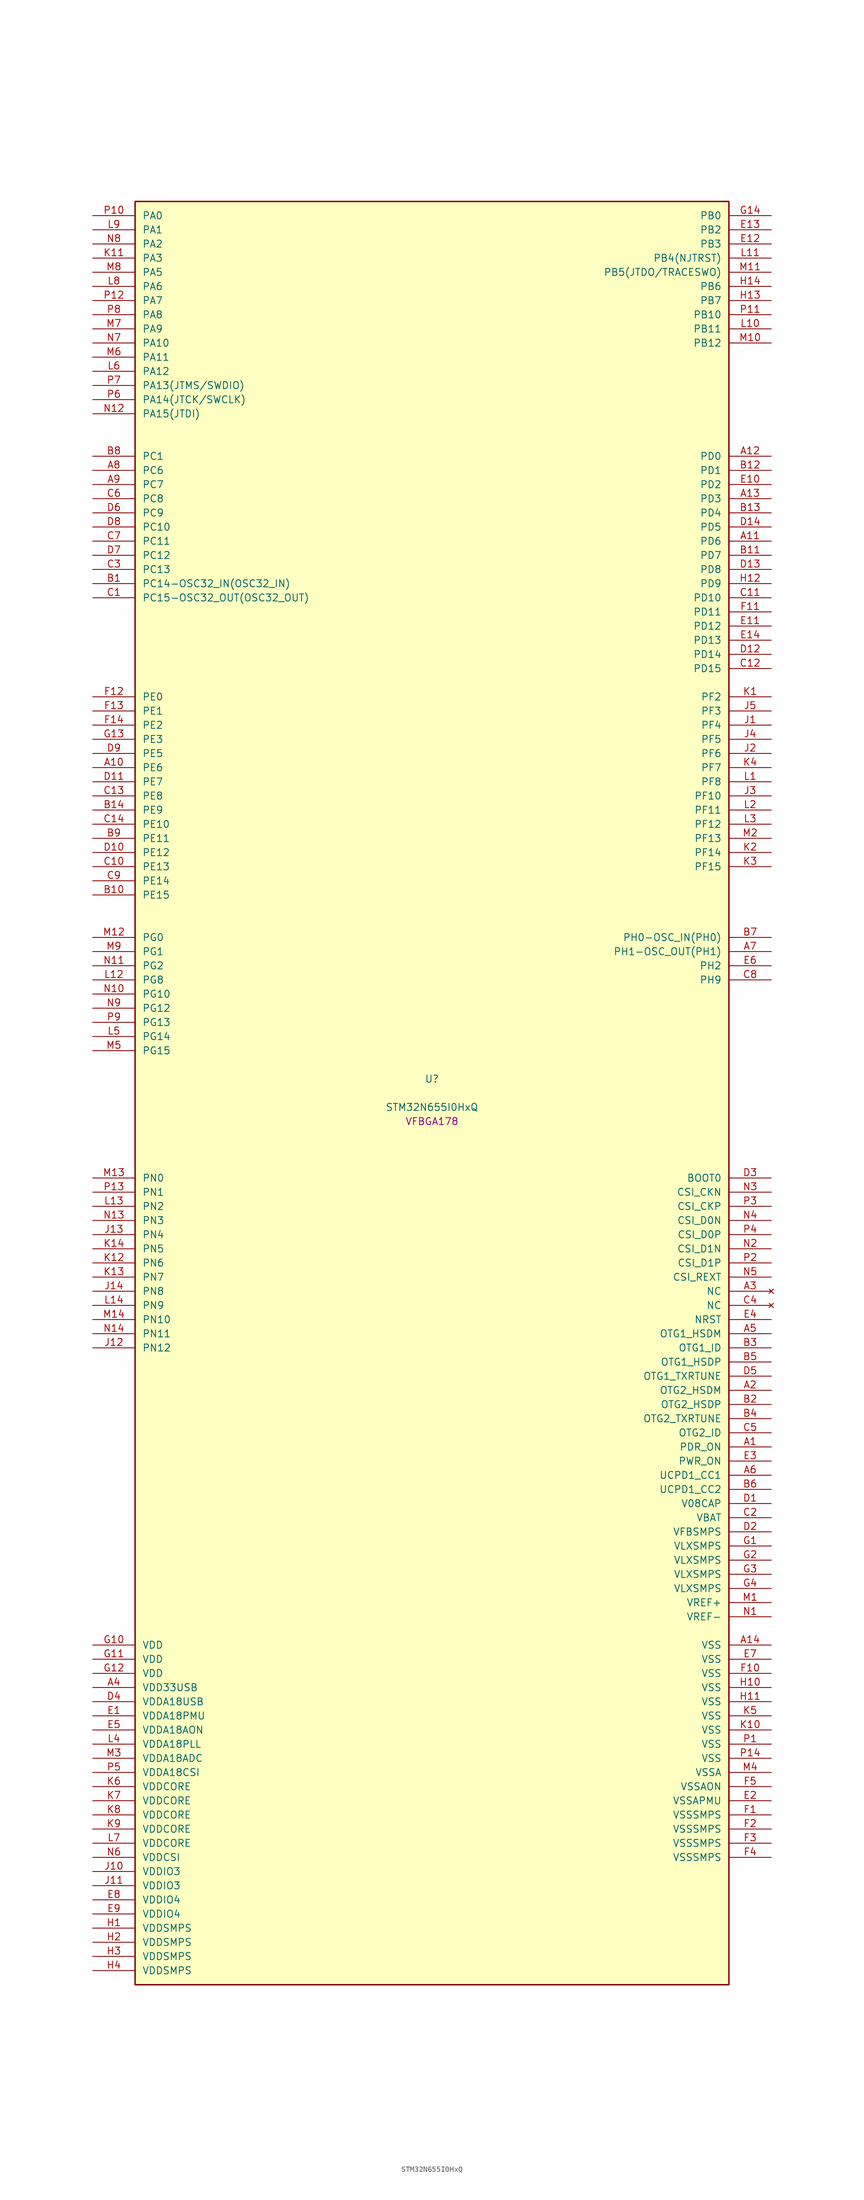
<source format=kicad_sym>
(kicad_symbol_lib
  (version 20241209)
  (generator "stm32_pkl_generator")
  (generator_version "1.0")
  (symbol "STM32N655I0HxQ"
    (pin_names
      (offset 1.27))
    (property "Reference" "U"
      (at 0 2.54 0))
    (property "Value" "STM32N655I0HxQ"
      (at 0 -2.54 0))
    (property "Footprint" "VFBGA178"
      (at 0 -5.08 0))
    (symbol "STM32N655I0HxQ_1_1"
      (rectangle (start -53.34 160.02) (end 53.34 -160.02) (stroke (width 0.254) (type solid)) (fill (type background)))
      (pin bidirectional line (at -60.96 157.48 0) (length 7.62) (name "PA0") (number "P10") (alternate "PA0/ADC1_INN1" bidirectional line) (alternate "PA0/ADC1_INP0" bidirectional line) (alternate "PA0/ADC2_INN1" bidirectional line) (alternate "PA0/ADC2_INP0" bidirectional line) (alternate "PA0/FMC_D7" bidirectional line) (alternate "PA0/FMC_DA7" bidirectional line) (alternate "PA0/HDP_HDP0" bidirectional line) (alternate "PA0/I2S6_WS" bidirectional line) (alternate "PA0/LTDC_G3" bidirectional line) (alternate "PA0/PWR_WKUP1" bidirectional line) (alternate "PA0/SAI2_SD_B" bidirectional line) (alternate "PA0/SPI6_NSS" bidirectional line) (alternate "PA0/TIM15_BKIN" bidirectional line) (alternate "PA0/TIM2_CH1" bidirectional line) (alternate "PA0/TIM5_CH1" bidirectional line) (alternate "PA0/TIM9_CH1" bidirectional line) (alternate "PA0/UART4_TX" bidirectional line) (alternate "PA0/USART2_CTS" bidirectional line) (alternate "PA0/USART2_NSS" bidirectional line))
      (pin bidirectional line (at -60.96 154.94 0) (length 7.62) (name "PA1") (number "L9") (alternate "PA1/ADC1_INP1" bidirectional line) (alternate "PA1/ADC2_INP1" bidirectional line) (alternate "PA1/DCMIPP_D0" bidirectional line) (alternate "PA1/DCMI_D0" bidirectional line) (alternate "PA1/FMC_D6" bidirectional line) (alternate "PA1/FMC_DA6" bidirectional line) (alternate "PA1/HDP_HDP1" bidirectional line) (alternate "PA1/LPTIM3_IN1" bidirectional line) (alternate "PA1/LTDC_G2" bidirectional line) (alternate "PA1/PSSI_D0" bidirectional line) (alternate "PA1/SAI2_MCLK_B" bidirectional line) (alternate "PA1/TIM15_CH1N" bidirectional line) (alternate "PA1/TIM2_CH2" bidirectional line) (alternate "PA1/TIM5_CH2" bidirectional line) (alternate "PA1/UART4_RX" bidirectional line) (alternate "PA1/USART2_RTS" bidirectional line))
      (pin bidirectional line (at -60.96 152.4 0) (length 7.62) (name "PA2") (number "N8") (alternate "PA2/ADC1_INP14" bidirectional line) (alternate "PA2/ADC2_INP14" bidirectional line) (alternate "PA2/FMC_D5" bidirectional line) (alternate "PA2/FMC_DA5" bidirectional line) (alternate "PA2/HDP_HDP2" bidirectional line) (alternate "PA2/LPTIM3_IN2" bidirectional line) (alternate "PA2/LTDC_B7" bidirectional line) (alternate "PA2/MDIOS_MDIO" bidirectional line) (alternate "PA2/PWR_WKUP2" bidirectional line) (alternate "PA2/SAI2_SCK_B" bidirectional line) (alternate "PA2/TIM15_CH1" bidirectional line) (alternate "PA2/TIM2_CH3" bidirectional line) (alternate "PA2/TIM5_CH3" bidirectional line) (alternate "PA2/USART2_TX" bidirectional line))
      (pin bidirectional line (at -60.96 149.86 0) (length 7.62) (name "PA3") (number "K11") (alternate "PA3/FMC_A17" bidirectional line) (alternate "PA3/FMC_ALE" bidirectional line) (alternate "PA3/SAI1_SD_B" bidirectional line) (alternate "PA3/SPI5_NSS" bidirectional line) (alternate "PA3/TIM16_CH1" bidirectional line) (alternate "PA3/UART7_RX" bidirectional line))
      (pin bidirectional line (at -60.96 147.32 0) (length 7.62) (name "PA5") (number "M8") (alternate "PA5/ADC2_INP18" bidirectional line) (alternate "PA5/DCMIPP_D8" bidirectional line) (alternate "PA5/DCMI_D8" bidirectional line) (alternate "PA5/FMC_NOE" bidirectional line) (alternate "PA5/HDP_HDP5" bidirectional line) (alternate "PA5/I2S1_CK" bidirectional line) (alternate "PA5/I2S6_CK" bidirectional line) (alternate "PA5/I3C1_SCL" bidirectional line) (alternate "PA5/LTDC_CLK" bidirectional line) (alternate "PA5/PSSI_D8" bidirectional line) (alternate "PA5/PWR_CSTOP" bidirectional line) (alternate "PA5/SPI1_SCK" bidirectional line) (alternate "PA5/SPI6_SCK" bidirectional line) (alternate "PA5/TIM10_CH1" bidirectional line) (alternate "PA5/TIM2_CH1" bidirectional line) (alternate "PA5/TIM2_ETR" bidirectional line) (alternate "PA5/TIM9_CH2" bidirectional line))
      (pin bidirectional line (at -60.96 144.78 0) (length 7.62) (name "PA6") (number "L8") (alternate "PA6/ADC1_INP3" bidirectional line) (alternate "PA6/ADC2_INP3" bidirectional line) (alternate "PA6/BOOT1" bidirectional line) (alternate "PA6/DCMIPP_PIXCLK" bidirectional line) (alternate "PA6/DCMI_PIXCLK" bidirectional line) (alternate "PA6/HDP_HDP6" bidirectional line) (alternate "PA6/I2S1_SDI" bidirectional line) (alternate "PA6/I2S6_SDI" bidirectional line) (alternate "PA6/I3C1_SDA" bidirectional line) (alternate "PA6/LPTIM3_ETR" bidirectional line) (alternate "PA6/LTDC_B7" bidirectional line) (alternate "PA6/LTDC_HSYNC" bidirectional line) (alternate "PA6/MDIOS_MDC" bidirectional line) (alternate "PA6/PSSI_PDCK" bidirectional line) (alternate "PA6/SPI1_MISO" bidirectional line) (alternate "PA6/SPI6_MISO" bidirectional line) (alternate "PA6/TIM13_CH1" bidirectional line) (alternate "PA6/TIM1_BKIN" bidirectional line) (alternate "PA6/TIM3_CH1" bidirectional line))
      (pin bidirectional line (at -60.96 142.24 0) (length 7.62) (name "PA7") (number "P12") (alternate "PA7/HDP_HDP7" bidirectional line) (alternate "PA7/I2S1_SDO" bidirectional line) (alternate "PA7/I2S6_SDO" bidirectional line) (alternate "PA7/LTDC_B1" bidirectional line) (alternate "PA7/LTDC_R4" bidirectional line) (alternate "PA7/SPI1_MOSI" bidirectional line) (alternate "PA7/SPI6_MOSI" bidirectional line) (alternate "PA7/TIM14_CH1" bidirectional line) (alternate "PA7/TIM1_CH1N" bidirectional line) (alternate "PA7/TIM3_CH2" bidirectional line) (alternate "PA7/USART1_RX" bidirectional line))
      (pin bidirectional line (at -60.96 139.7 0) (length 7.62) (name "PA8") (number "P8") (alternate "PA8/ADC1_INP5" bidirectional line) (alternate "PA8/ADC2_INP5" bidirectional line) (alternate "PA8/FMC_D4" bidirectional line) (alternate "PA8/FMC_DA4" bidirectional line) (alternate "PA8/HDP_HDP0" bidirectional line) (alternate "PA8/I2C3_SCL" bidirectional line) (alternate "PA8/I3C2_SCL" bidirectional line) (alternate "PA8/LTDC_B6" bidirectional line) (alternate "PA8/RCC_MCO_1" bidirectional line) (alternate "PA8/TIM11_CH1" bidirectional line) (alternate "PA8/TIM1_CH1" bidirectional line) (alternate "PA8/UART7_RX" bidirectional line) (alternate "PA8/USART1_CK" bidirectional line))
      (pin bidirectional line (at -60.96 137.16 0) (length 7.62) (name "PA9") (number "M7") (alternate "PA9/ADC1_INP10" bidirectional line) (alternate "PA9/ADC2_INP10" bidirectional line) (alternate "PA9/DCMIPP_D0" bidirectional line) (alternate "PA9/DCMI_D0" bidirectional line) (alternate "PA9/FMC_D3" bidirectional line) (alternate "PA9/FMC_DA3" bidirectional line) (alternate "PA9/HDP_HDP1" bidirectional line) (alternate "PA9/I2C3_SDA" bidirectional line) (alternate "PA9/I2S2_CK" bidirectional line) (alternate "PA9/I3C2_SDA" bidirectional line) (alternate "PA9/LPUART1_TX" bidirectional line) (alternate "PA9/LTDC_B5" bidirectional line) (alternate "PA9/PSSI_D0" bidirectional line) (alternate "PA9/SPI2_SCK" bidirectional line) (alternate "PA9/TIM1_CH2" bidirectional line) (alternate "PA9/USART1_TX" bidirectional line))
      (pin bidirectional line (at -60.96 134.62 0) (length 7.62) (name "PA10") (number "N7") (alternate "PA10/ADC1_INN10" bidirectional line) (alternate "PA10/ADC1_INP11" bidirectional line) (alternate "PA10/ADC2_INN10" bidirectional line) (alternate "PA10/ADC2_INP11" bidirectional line) (alternate "PA10/DCMIPP_D1" bidirectional line) (alternate "PA10/DCMI_D1" bidirectional line) (alternate "PA10/FMC_D2" bidirectional line) (alternate "PA10/FMC_DA2" bidirectional line) (alternate "PA10/HDP_HDP2" bidirectional line) (alternate "PA10/LPUART1_RX" bidirectional line) (alternate "PA10/LTDC_B4" bidirectional line) (alternate "PA10/MDIOS_MDIO" bidirectional line) (alternate "PA10/PSSI_D1" bidirectional line) (alternate "PA10/PWR_CSLEEP" bidirectional line) (alternate "PA10/TIM1_CH3" bidirectional line) (alternate "PA10/USART1_RX" bidirectional line))
      (pin bidirectional line (at -60.96 132.08 0) (length 7.62) (name "PA11") (number "M6") (alternate "PA11/ADC1_EXTI11" bidirectional line) (alternate "PA11/ADC1_INN11" bidirectional line) (alternate "PA11/ADC1_INP12" bidirectional line) (alternate "PA11/ADC2_EXTI11" bidirectional line) (alternate "PA11/ADC2_INN11" bidirectional line) (alternate "PA11/ADC2_INP12" bidirectional line) (alternate "PA11/FDCAN1_RX" bidirectional line) (alternate "PA11/FMC_D1" bidirectional line) (alternate "PA11/FMC_DA1" bidirectional line) (alternate "PA11/HDP_HDP3" bidirectional line) (alternate "PA11/I2S2_WS" bidirectional line) (alternate "PA11/LPUART1_CTS" bidirectional line) (alternate "PA11/LTDC_B3" bidirectional line) (alternate "PA11/SPI2_NSS" bidirectional line) (alternate "PA11/TIM1_CH4" bidirectional line) (alternate "PA11/UART4_RX" bidirectional line) (alternate "PA11/USART1_CTS" bidirectional line) (alternate "PA11/USART1_NSS" bidirectional line))
      (pin bidirectional line (at -60.96 129.54 0) (length 7.62) (name "PA12") (number "L6") (alternate "PA12/ADC1_INN12" bidirectional line) (alternate "PA12/ADC1_INP13" bidirectional line) (alternate "PA12/ADC2_INN12" bidirectional line) (alternate "PA12/ADC2_INP13" bidirectional line) (alternate "PA12/FDCAN1_TX" bidirectional line) (alternate "PA12/FMC_D0" bidirectional line) (alternate "PA12/FMC_DA0" bidirectional line) (alternate "PA12/HDP_HDP4" bidirectional line) (alternate "PA12/I2S2_CK" bidirectional line) (alternate "PA12/LPUART1_RTS" bidirectional line) (alternate "PA12/LTDC_B2" bidirectional line) (alternate "PA12/SAI2_FS_B" bidirectional line) (alternate "PA12/SPI2_SCK" bidirectional line) (alternate "PA12/TIM1_ETR" bidirectional line) (alternate "PA12/UART4_TX" bidirectional line) (alternate "PA12/USART1_RTS" bidirectional line))
      (pin bidirectional line (at -60.96 127 0) (length 7.62) (name "PA13(JTMS/SWDIO)") (number "P7") (alternate "PA13(JTMS/SWDIO)/DEBUG_JTMS-SWDIO" bidirectional line) (alternate "PA13(JTMS/SWDIO)/HDP_HDP5" bidirectional line))
      (pin bidirectional line (at -60.96 124.46 0) (length 7.62) (name "PA14(JTCK/SWCLK)") (number "P6") (alternate "PA14(JTCK/SWCLK)/DEBUG_JTCK-SWCLK" bidirectional line) (alternate "PA14(JTCK/SWCLK)/HDP_HDP6" bidirectional line))
      (pin bidirectional line (at -60.96 121.92 0) (length 7.62) (name "PA15(JTDI)") (number "N12") (alternate "PA15(JTDI)/ADC1_EXTI15" bidirectional line) (alternate "PA15(JTDI)/ADC2_EXTI15" bidirectional line) (alternate "PA15(JTDI)/DEBUG_JTDI" bidirectional line) (alternate "PA15(JTDI)/FMC_D15" bidirectional line) (alternate "PA15(JTDI)/FMC_DA15" bidirectional line) (alternate "PA15(JTDI)/HDP_HDP7" bidirectional line) (alternate "PA15(JTDI)/I2S1_WS" bidirectional line) (alternate "PA15(JTDI)/I2S3_WS" bidirectional line) (alternate "PA15(JTDI)/I2S6_WS" bidirectional line) (alternate "PA15(JTDI)/LTDC_R5" bidirectional line) (alternate "PA15(JTDI)/SPI1_NSS" bidirectional line) (alternate "PA15(JTDI)/SPI3_NSS" bidirectional line) (alternate "PA15(JTDI)/SPI6_NSS" bidirectional line) (alternate "PA15(JTDI)/TIM2_CH1" bidirectional line) (alternate "PA15(JTDI)/TIM2_ETR" bidirectional line) (alternate "PA15(JTDI)/UART4_DE" bidirectional line) (alternate "PA15(JTDI)/UART4_RTS" bidirectional line) (alternate "PA15(JTDI)/UART7_TX" bidirectional line))
      (pin bidirectional line (at 60.96 157.48 180) (length 7.62) (name "PB0") (number "G14") (alternate "PB0/ADF1_SDI0" bidirectional line) (alternate "PB0/DCMIPP_D4" bidirectional line) (alternate "PB0/DCMI_D4" bidirectional line) (alternate "PB0/DEBUG_TRACED1" bidirectional line) (alternate "PB0/FMC_D13" bidirectional line) (alternate "PB0/FMC_DA13" bidirectional line) (alternate "PB0/MDF1_SDI2" bidirectional line) (alternate "PB0/PSSI_D4" bidirectional line) (alternate "PB0/SAI1_D2" bidirectional line) (alternate "PB0/SAI1_FS_A" bidirectional line) (alternate "PB0/SPI4_NSS" bidirectional line) (alternate "PB0/TIM15_CH1N" bidirectional line) (alternate "PB0/TIM1_CH4" bidirectional line))
      (pin bidirectional line (at 60.96 154.94 180) (length 7.62) (name "PB2") (number "E13") (alternate "PB2/ADF1_SDI0" bidirectional line) (alternate "PB2/FMC_D2" bidirectional line) (alternate "PB2/FMC_DA2" bidirectional line) (alternate "PB2/HDP_HDP2" bidirectional line) (alternate "PB2/I2S3_SDO" bidirectional line) (alternate "PB2/LTDC_B2" bidirectional line) (alternate "PB2/MDF1_SDI1" bidirectional line) (alternate "PB2/RTC_OUT2" bidirectional line) (alternate "PB2/SAI1_D1" bidirectional line) (alternate "PB2/SAI1_SD_A" bidirectional line) (alternate "PB2/SPI3_MOSI" bidirectional line) (alternate "PB2/TIM1_CH1" bidirectional line))
      (pin bidirectional line (at 60.96 152.4 180) (length 7.62) (name "PB3") (number "E12") (alternate "PB3/DEBUG_JTDO-SWO" bidirectional line) (alternate "PB3/DEBUG_TRACECLK" bidirectional line) (alternate "PB3/FMC_A23" bidirectional line) (alternate "PB3/FMC_NBL1" bidirectional line) (alternate "PB3/GFXTIM_FCKCAL" bidirectional line) (alternate "PB3/GFXTIM_LCKCAL" bidirectional line) (alternate "PB3/HDP_HDP0" bidirectional line) (alternate "PB3/MDF1_CKI1" bidirectional line) (alternate "PB3/SAI2_FS_B" bidirectional line) (alternate "PB3/TIM1_CH4N" bidirectional line) (alternate "PB3/USART1_CK" bidirectional line))
      (pin bidirectional line (at 60.96 149.86 180) (length 7.62) (name "PB4(NJTRST)") (number "L11") (alternate "PB4(NJTRST)/DCMIPP_VSYNC" bidirectional line) (alternate "PB4(NJTRST)/DCMI_VSYNC" bidirectional line) (alternate "PB4(NJTRST)/DEBUG_NJTRST" bidirectional line) (alternate "PB4(NJTRST)/FMC_D13" bidirectional line) (alternate "PB4(NJTRST)/FMC_DA13" bidirectional line) (alternate "PB4(NJTRST)/HDP_HDP4" bidirectional line) (alternate "PB4(NJTRST)/I2S1_SDI" bidirectional line) (alternate "PB4(NJTRST)/I2S2_WS" bidirectional line) (alternate "PB4(NJTRST)/I2S3_SDI" bidirectional line) (alternate "PB4(NJTRST)/I2S6_SDI" bidirectional line) (alternate "PB4(NJTRST)/LTDC_R3" bidirectional line) (alternate "PB4(NJTRST)/PSSI_RDY" bidirectional line) (alternate "PB4(NJTRST)/SPI1_MISO" bidirectional line) (alternate "PB4(NJTRST)/SPI2_NSS" bidirectional line) (alternate "PB4(NJTRST)/SPI3_MISO" bidirectional line) (alternate "PB4(NJTRST)/SPI6_MISO" bidirectional line) (alternate "PB4(NJTRST)/TIM16_BKIN" bidirectional line) (alternate "PB4(NJTRST)/TIM3_CH1" bidirectional line) (alternate "PB4(NJTRST)/UART7_TX" bidirectional line))
      (pin bidirectional line (at 60.96 147.32 180) (length 7.62) (name "PB5(JTDO/TRACESWO)") (number "M11") (alternate "PB5(JTDO/TRACESWO)/DCMIPP_D10" bidirectional line) (alternate "PB5(JTDO/TRACESWO)/DCMI_D10" bidirectional line) (alternate "PB5(JTDO/TRACESWO)/DEBUG_JTDO-SWO" bidirectional line) (alternate "PB5(JTDO/TRACESWO)/FDCAN2_RX" bidirectional line) (alternate "PB5(JTDO/TRACESWO)/FMC_D12" bidirectional line) (alternate "PB5(JTDO/TRACESWO)/FMC_DA12" bidirectional line) (alternate "PB5(JTDO/TRACESWO)/HDP_HDP5" bidirectional line) (alternate "PB5(JTDO/TRACESWO)/I2C1_SMBA" bidirectional line) (alternate "PB5(JTDO/TRACESWO)/I2S1_SDO" bidirectional line) (alternate "PB5(JTDO/TRACESWO)/I2S3_SDO" bidirectional line) (alternate "PB5(JTDO/TRACESWO)/I2S6_SDO" bidirectional line) (alternate "PB5(JTDO/TRACESWO)/LTDC_R2" bidirectional line) (alternate "PB5(JTDO/TRACESWO)/PSSI_D10" bidirectional line) (alternate "PB5(JTDO/TRACESWO)/SPI1_MOSI" bidirectional line) (alternate "PB5(JTDO/TRACESWO)/SPI3_MOSI" bidirectional line) (alternate "PB5(JTDO/TRACESWO)/SPI6_MOSI" bidirectional line) (alternate "PB5(JTDO/TRACESWO)/TIM17_BKIN" bidirectional line) (alternate "PB5(JTDO/TRACESWO)/TIM3_CH2" bidirectional line) (alternate "PB5(JTDO/TRACESWO)/UART5_RX" bidirectional line))
      (pin bidirectional line (at 60.96 144.78 180) (length 7.62) (name "PB6") (number "H14") (alternate "PB6/ADF1_CCK1" bidirectional line) (alternate "PB6/DCMIPP_D6" bidirectional line) (alternate "PB6/DCMI_D6" bidirectional line) (alternate "PB6/DEBUG_TRACED2" bidirectional line) (alternate "PB6/FMC_D14" bidirectional line) (alternate "PB6/FMC_DA14" bidirectional line) (alternate "PB6/MDF1_CCK1" bidirectional line) (alternate "PB6/PSSI_D6" bidirectional line) (alternate "PB6/SAI1_CK2" bidirectional line) (alternate "PB6/SAI1_SCK_A" bidirectional line) (alternate "PB6/SPI4_MISO" bidirectional line) (alternate "PB6/TIM15_CH1" bidirectional line))
      (pin bidirectional line (at 60.96 142.24 180) (length 7.62) (name "PB7") (number "H13") (alternate "PB7/ADF1_SDI0" bidirectional line) (alternate "PB7/DCMIPP_D7" bidirectional line) (alternate "PB7/DCMI_D7" bidirectional line) (alternate "PB7/DEBUG_TRACED3" bidirectional line) (alternate "PB7/FMC_D15" bidirectional line) (alternate "PB7/FMC_DA15" bidirectional line) (alternate "PB7/MDF1_SDI1" bidirectional line) (alternate "PB7/PSSI_D7" bidirectional line) (alternate "PB7/SAI1_D1" bidirectional line) (alternate "PB7/SAI1_SD_A" bidirectional line) (alternate "PB7/SAI2_MCLK_B" bidirectional line) (alternate "PB7/SPI4_MOSI" bidirectional line) (alternate "PB7/TIM15_CH2" bidirectional line) (alternate "PB7/TIM1_BKIN2" bidirectional line))
      (pin bidirectional line (at 60.96 139.7 180) (length 7.62) (name "PB10") (number "P11") (alternate "PB10/ADC1_INN4" bidirectional line) (alternate "PB10/ADC1_INP8" bidirectional line) (alternate "PB10/ADC2_INN4" bidirectional line) (alternate "PB10/ADC2_INP8" bidirectional line) (alternate "PB10/FMC_D11" bidirectional line) (alternate "PB10/FMC_DA11" bidirectional line) (alternate "PB10/HDP_HDP2" bidirectional line) (alternate "PB10/I2C2_SCL" bidirectional line) (alternate "PB10/I2S2_CK" bidirectional line) (alternate "PB10/I3C2_SCL" bidirectional line) (alternate "PB10/LPTIM2_IN1" bidirectional line) (alternate "PB10/LTDC_G7" bidirectional line) (alternate "PB10/SPI2_SCK" bidirectional line) (alternate "PB10/TIM2_CH3" bidirectional line) (alternate "PB10/USART3_TX" bidirectional line))
      (pin bidirectional line (at 60.96 137.16 180) (length 7.62) (name "PB11") (number "L10") (alternate "PB11/ADC1_EXTI11" bidirectional line) (alternate "PB11/ADC1_INP4" bidirectional line) (alternate "PB11/ADC2_EXTI11" bidirectional line) (alternate "PB11/ADC2_INP4" bidirectional line) (alternate "PB11/FMC_D10" bidirectional line) (alternate "PB11/FMC_DA10" bidirectional line) (alternate "PB11/HDP_HDP3" bidirectional line) (alternate "PB11/I2C2_SDA" bidirectional line) (alternate "PB11/I3C2_SDA" bidirectional line) (alternate "PB11/LPTIM2_ETR" bidirectional line) (alternate "PB11/LTDC_G6" bidirectional line) (alternate "PB11/TIM2_CH4" bidirectional line) (alternate "PB11/USART3_RX" bidirectional line))
      (pin bidirectional line (at 60.96 134.62 180) (length 7.62) (name "PB12") (number "M10") (alternate "PB12/FDCAN2_RX" bidirectional line) (alternate "PB12/FMC_D9" bidirectional line) (alternate "PB12/FMC_DA9" bidirectional line) (alternate "PB12/HDP_HDP4" bidirectional line) (alternate "PB12/I2C2_SMBA" bidirectional line) (alternate "PB12/I2S2_WS" bidirectional line) (alternate "PB12/LPTIM2_IN2" bidirectional line) (alternate "PB12/LTDC_G5" bidirectional line) (alternate "PB12/SPI2_NSS" bidirectional line) (alternate "PB12/TIM1_BKIN" bidirectional line) (alternate "PB12/UART5_RX" bidirectional line) (alternate "PB12/USART3_CK" bidirectional line))
      (pin bidirectional line (at -60.96 114.3 0) (length 7.62) (name "PC1") (number "B8") (alternate "PC1/DCMIPP_D7" bidirectional line) (alternate "PC1/DCMI_D7" bidirectional line) (alternate "PC1/FDCAN1_TX" bidirectional line) (alternate "PC1/HDP_HDP1" bidirectional line) (alternate "PC1/I2C1_SDA" bidirectional line) (alternate "PC1/I2S2_WS" bidirectional line) (alternate "PC1/I3C1_SDA" bidirectional line) (alternate "PC1/PSSI_D7" bidirectional line) (alternate "PC1/SDMMC1_CDIR" bidirectional line) (alternate "PC1/SDMMC1_D5" bidirectional line) (alternate "PC1/SPI2_NSS" bidirectional line) (alternate "PC1/TIM17_CH1" bidirectional line) (alternate "PC1/TIM4_CH4" bidirectional line) (alternate "PC1/UART4_TX" bidirectional line))
      (pin bidirectional line (at -60.96 111.76 0) (length 7.62) (name "PC6") (number "A8") (alternate "PC6/DCMIPP_D1" bidirectional line) (alternate "PC6/DCMI_D1" bidirectional line) (alternate "PC6/HDP_HDP6" bidirectional line) (alternate "PC6/I2S2_MCK" bidirectional line) (alternate "PC6/PSSI_D1" bidirectional line) (alternate "PC6/SDMMC1_D0DIR" bidirectional line) (alternate "PC6/SDMMC1_D6" bidirectional line) (alternate "PC6/TIM1_CH1" bidirectional line) (alternate "PC6/TIM3_CH1" bidirectional line) (alternate "PC6/TIM9_CH1" bidirectional line) (alternate "PC6/USART6_TX" bidirectional line))
      (pin bidirectional line (at -60.96 109.22 0) (length 7.62) (name "PC7") (number "A9") (alternate "PC7/DCMIPP_D1" bidirectional line) (alternate "PC7/DCMI_D1" bidirectional line) (alternate "PC7/DEBUG_TRGIO" bidirectional line) (alternate "PC7/HDP_HDP7" bidirectional line) (alternate "PC7/I2S3_MCK" bidirectional line) (alternate "PC7/PSSI_D1" bidirectional line) (alternate "PC7/SDMMC1_D123DIR" bidirectional line) (alternate "PC7/SDMMC1_D7" bidirectional line) (alternate "PC7/TIM16_CH1N" bidirectional line) (alternate "PC7/TIM3_CH2" bidirectional line) (alternate "PC7/TIM9_CH2" bidirectional line) (alternate "PC7/USART6_RX" bidirectional line))
      (pin bidirectional line (at -60.96 106.68 0) (length 7.62) (name "PC8") (number "C6") (alternate "PC8/DCMIPP_D2" bidirectional line) (alternate "PC8/DCMI_D2" bidirectional line) (alternate "PC8/DEBUG_TRACED1" bidirectional line) (alternate "PC8/FMC_NE4" bidirectional line) (alternate "PC8/HDP_HDP0" bidirectional line) (alternate "PC8/I2C3_SMBA" bidirectional line) (alternate "PC8/LTDC_B0" bidirectional line) (alternate "PC8/PSSI_D2" bidirectional line) (alternate "PC8/SDMMC1_D0" bidirectional line) (alternate "PC8/TIM3_CH3" bidirectional line) (alternate "PC8/UART5_DE" bidirectional line) (alternate "PC8/UART5_RTS" bidirectional line) (alternate "PC8/UCPD1_FRSTX1" bidirectional line) (alternate "PC8/USART6_CK" bidirectional line))
      (pin bidirectional line (at -60.96 104.14 0) (length 7.62) (name "PC9") (number "D6") (alternate "PC9/AUDIOCLK" bidirectional line) (alternate "PC9/DCMIPP_D3" bidirectional line) (alternate "PC9/DCMI_D3" bidirectional line) (alternate "PC9/HDP_HDP1" bidirectional line) (alternate "PC9/I2C3_SDA" bidirectional line) (alternate "PC9/LTDC_B3" bidirectional line) (alternate "PC9/PSSI_D3" bidirectional line) (alternate "PC9/RCC_MCO_2" bidirectional line) (alternate "PC9/SDMMC1_D1" bidirectional line) (alternate "PC9/TIM3_CH4" bidirectional line) (alternate "PC9/UART5_CTS" bidirectional line) (alternate "PC9/UCPD1_FRSTX2" bidirectional line) (alternate "PC9/USART6_RX" bidirectional line))
      (pin bidirectional line (at -60.96 101.6 0) (length 7.62) (name "PC10") (number "D8") (alternate "PC10/DCMIPP_D14" bidirectional line) (alternate "PC10/FMC_CLK" bidirectional line) (alternate "PC10/HDP_HDP2" bidirectional line) (alternate "PC10/I2C4_SCL" bidirectional line) (alternate "PC10/I2S3_CK" bidirectional line) (alternate "PC10/I3C2_SCL" bidirectional line) (alternate "PC10/PSSI_D14" bidirectional line) (alternate "PC10/SDMMC1_D2" bidirectional line) (alternate "PC10/SPI3_SCK" bidirectional line) (alternate "PC10/TIM1_BKIN" bidirectional line) (alternate "PC10/UART4_TX" bidirectional line) (alternate "PC10/USART3_TX" bidirectional line))
      (pin bidirectional line (at -60.96 99.06 0) (length 7.62) (name "PC11") (number "C7") (alternate "PC11/ADC1_EXTI11" bidirectional line) (alternate "PC11/ADC2_EXTI11" bidirectional line) (alternate "PC11/DCMIPP_D4" bidirectional line) (alternate "PC11/DCMI_D4" bidirectional line) (alternate "PC11/HDP_HDP3" bidirectional line) (alternate "PC11/I2C4_SDA" bidirectional line) (alternate "PC11/I2S3_SDI" bidirectional line) (alternate "PC11/I3C2_SDA" bidirectional line) (alternate "PC11/PSSI_D4" bidirectional line) (alternate "PC11/SDMMC1_D3" bidirectional line) (alternate "PC11/SPI3_MISO" bidirectional line) (alternate "PC11/UART4_RX" bidirectional line) (alternate "PC11/USART3_RX" bidirectional line))
      (pin bidirectional line (at -60.96 96.52 0) (length 7.62) (name "PC12") (number "D7") (alternate "PC12/DCMIPP_D9" bidirectional line) (alternate "PC12/DCMI_D9" bidirectional line) (alternate "PC12/DEBUG_TRACED3" bidirectional line) (alternate "PC12/FMC_NL" bidirectional line) (alternate "PC12/HDP_HDP4" bidirectional line) (alternate "PC12/I2S3_SDO" bidirectional line) (alternate "PC12/I2S6_CK" bidirectional line) (alternate "PC12/PSSI_D9" bidirectional line) (alternate "PC12/SDMMC1_CK" bidirectional line) (alternate "PC12/SPI3_MOSI" bidirectional line) (alternate "PC12/SPI6_SCK" bidirectional line) (alternate "PC12/TIM15_CH1" bidirectional line) (alternate "PC12/TIM1_CH4" bidirectional line) (alternate "PC12/UART5_TX" bidirectional line) (alternate "PC12/USART3_CK" bidirectional line))
      (pin bidirectional line (at -60.96 93.98 0) (length 7.62) (name "PC13") (number "C3") (alternate "PC13/HDP_HDP5" bidirectional line) (alternate "PC13/PWR_WKUP3" bidirectional line) (alternate "PC13/RTC_OUT1" bidirectional line) (alternate "PC13/RTC_TS" bidirectional line) (alternate "PC13/TAMP_IN1" bidirectional line) (alternate "PC13/TAMP_OUT2" bidirectional line))
      (pin bidirectional line (at -60.96 91.44 0) (length 7.62) (name "PC14-OSC32_IN(OSC32_IN)") (number "B1") (alternate "PC14-OSC32_IN(OSC32_IN)/RCC_OSC32_IN" bidirectional line))
      (pin bidirectional line (at -60.96 88.9 0) (length 7.62) (name "PC15-OSC32_OUT(OSC32_OUT)") (number "C1") (alternate "PC15-OSC32_OUT(OSC32_OUT)/ADC1_EXTI15" bidirectional line) (alternate "PC15-OSC32_OUT(OSC32_OUT)/ADC2_EXTI15" bidirectional line) (alternate "PC15-OSC32_OUT(OSC32_OUT)/RCC_OSC32_OUT" bidirectional line))
      (pin bidirectional line (at 60.96 114.3 180) (length 7.62) (name "PD0") (number "A12") (alternate "PD0/DCMIPP_HSYNC" bidirectional line) (alternate "PD0/DCMI_HSYNC" bidirectional line) (alternate "PD0/FDCAN1_RX" bidirectional line) (alternate "PD0/FMC_A6" bidirectional line) (alternate "PD0/FMC_A22" bidirectional line) (alternate "PD0/PSSI_DE" bidirectional line) (alternate "PD0/TIM1_ETR" bidirectional line) (alternate "PD0/UART4_RX" bidirectional line) (alternate "PD0/UART9_CTS" bidirectional line))
      (pin bidirectional line (at 60.96 111.76 180) (length 7.62) (name "PD1") (number "B12") (alternate "PD1/ETH1_MDC" bidirectional line) (alternate "PD1/FDCAN1_TX" bidirectional line) (alternate "PD1/FMC_A7" bidirectional line) (alternate "PD1/FMC_A23" bidirectional line) (alternate "PD1/UART4_TX" bidirectional line))
      (pin bidirectional line (at 60.96 109.22 180) (length 7.62) (name "PD2") (number "E10") (alternate "PD2/ADF1_SDI0" bidirectional line) (alternate "PD2/DEBUG_TRACED0" bidirectional line) (alternate "PD2/FMC_A0" bidirectional line) (alternate "PD2/FMC_A16" bidirectional line) (alternate "PD2/FMC_CLE" bidirectional line) (alternate "PD2/HDP_HDP1" bidirectional line) (alternate "PD2/I2S2_SDO" bidirectional line) (alternate "PD2/MDF1_SDI1" bidirectional line) (alternate "PD2/MDIOS_MDC" bidirectional line) (alternate "PD2/PWR_WKUP4" bidirectional line) (alternate "PD2/SAI1_D1" bidirectional line) (alternate "PD2/SAI1_SD_A" bidirectional line) (alternate "PD2/SPI2_MOSI" bidirectional line) (alternate "PD2/TIM15_CH1N" bidirectional line) (alternate "PD2/TIM1_CH3" bidirectional line))
      (pin bidirectional line (at 60.96 106.68 180) (length 7.62) (name "PD3") (number "A13") (alternate "PD3/DCMIPP_D14" bidirectional line) (alternate "PD3/ETH1_PHY_INTN" bidirectional line) (alternate "PD3/FMC_A10" bidirectional line) (alternate "PD3/I2C2_SMBA" bidirectional line) (alternate "PD3/PSSI_D14" bidirectional line) (alternate "PD3/USART6_CTS" bidirectional line))
      (pin bidirectional line (at 60.96 104.14 180) (length 7.62) (name "PD4") (number "B13") (alternate "PD4/DCMIPP_D9" bidirectional line) (alternate "PD4/DCMI_D9" bidirectional line) (alternate "PD4/FMC_A11" bidirectional line) (alternate "PD4/I2C2_SDA" bidirectional line) (alternate "PD4/PSSI_D9" bidirectional line) (alternate "PD4/SPI5_MISO" bidirectional line) (alternate "PD4/TAMP_IN7" bidirectional line) (alternate "PD4/TAMP_OUT8" bidirectional line) (alternate "PD4/TIM1_BKIN2" bidirectional line) (alternate "PD4/USART6_RTS" bidirectional line))
      (pin bidirectional line (at 60.96 101.6 180) (length 7.62) (name "PD5") (number "D14") (alternate "PD5/DCMIPP_PIXCLK" bidirectional line) (alternate "PD5/DCMI_PIXCLK" bidirectional line) (alternate "PD5/FMC_D6" bidirectional line) (alternate "PD5/FMC_DA6" bidirectional line) (alternate "PD5/PSSI_PDCK" bidirectional line) (alternate "PD5/TIM1_CH4N" bidirectional line) (alternate "PD5/USART2_TX" bidirectional line))
      (pin bidirectional line (at 60.96 99.06 180) (length 7.62) (name "PD6") (number "A11") (alternate "PD6/FMC_A1" bidirectional line) (alternate "PD6/FMC_A17" bidirectional line) (alternate "PD6/FMC_ALE" bidirectional line) (alternate "PD6/HDP_HDP2" bidirectional line) (alternate "PD6/I2S2_SDI" bidirectional line) (alternate "PD6/SPI2_MISO" bidirectional line) (alternate "PD6/TIM15_CH2" bidirectional line) (alternate "PD6/TIM1_CH1" bidirectional line))
      (pin bidirectional line (at 60.96 96.52 180) (length 7.62) (name "PD7") (number "B11") (alternate "PD7/DCMIPP_D0" bidirectional line) (alternate "PD7/DCMI_D0" bidirectional line) (alternate "PD7/FMC_A2" bidirectional line) (alternate "PD7/FMC_A18" bidirectional line) (alternate "PD7/HDP_HDP3" bidirectional line) (alternate "PD7/I2S2_SDO" bidirectional line) (alternate "PD7/I2S3_WS" bidirectional line) (alternate "PD7/PSSI_D0" bidirectional line) (alternate "PD7/SPI2_MOSI" bidirectional line) (alternate "PD7/SPI3_NSS" bidirectional line) (alternate "PD7/TIM15_CH1N" bidirectional line) (alternate "PD7/TIM1_CH2" bidirectional line))
      (pin bidirectional line (at 60.96 93.98 180) (length 7.62) (name "PD8") (number "D13") (alternate "PD8/DCMIPP_D11" bidirectional line) (alternate "PD8/DCMI_D11" bidirectional line) (alternate "PD8/FMC_NBL0" bidirectional line) (alternate "PD8/LTDC_R7" bidirectional line) (alternate "PD8/PSSI_D11" bidirectional line) (alternate "PD8/TAMP_IN3" bidirectional line) (alternate "PD8/TAMP_OUT4" bidirectional line) (alternate "PD8/USART3_TX" bidirectional line))
      (pin bidirectional line (at 60.96 91.44 180) (length 7.62) (name "PD9") (number "H12") (alternate "PD9/DCMIPP_D11" bidirectional line) (alternate "PD9/DCMI_D11" bidirectional line) (alternate "PD9/FMC_SDCLK" bidirectional line) (alternate "PD9/LTDC_R1" bidirectional line) (alternate "PD9/PSSI_D11" bidirectional line) (alternate "PD9/TAMP_IN5" bidirectional line) (alternate "PD9/TAMP_OUT6" bidirectional line) (alternate "PD9/USART3_RX" bidirectional line))
      (pin bidirectional line (at 60.96 88.9 180) (length 7.62) (name "PD10") (number "C11") (alternate "PD10/DEBUG_TRACECLK" bidirectional line) (alternate "PD10/FMC_A3" bidirectional line) (alternate "PD10/FMC_A19" bidirectional line) (alternate "PD10/GFXTIM_TE" bidirectional line) (alternate "PD10/HDP_HDP4" bidirectional line) (alternate "PD10/I2S1_MCK" bidirectional line) (alternate "PD10/MDF1_CKI3" bidirectional line) (alternate "PD10/SAI2_FS_B" bidirectional line) (alternate "PD10/TIM1_ETR" bidirectional line) (alternate "PD10/UCPD1_FRSTX1" bidirectional line))
      (pin bidirectional line (at 60.96 86.36 180) (length 7.62) (name "PD11") (number "F11") (alternate "PD11/ADC1_EXTI11" bidirectional line) (alternate "PD11/ADC2_EXTI11" bidirectional line) (alternate "PD11/DCMIPP_D15" bidirectional line) (alternate "PD11/FMC_D8" bidirectional line) (alternate "PD11/FMC_DA8" bidirectional line) (alternate "PD11/I2C4_SDA" bidirectional line) (alternate "PD11/I2S2_SDI" bidirectional line) (alternate "PD11/PSSI_D15" bidirectional line) (alternate "PD11/SDMMC1_D0" bidirectional line) (alternate "PD11/SPI2_MISO" bidirectional line) (alternate "PD11/UCPD1_FRSTX1" bidirectional line))
      (pin bidirectional line (at 60.96 83.82 180) (length 7.62) (name "PD12") (number "E11") (alternate "PD12/DCMIPP_D12" bidirectional line) (alternate "PD12/DCMI_D12" bidirectional line) (alternate "PD12/ETH1_MDIO" bidirectional line) (alternate "PD12/FMC_A5" bidirectional line) (alternate "PD12/FMC_A21" bidirectional line) (alternate "PD12/HDP_HDP5" bidirectional line) (alternate "PD12/MDF1_SDI3" bidirectional line) (alternate "PD12/PSSI_D12" bidirectional line) (alternate "PD12/SAI1_D3" bidirectional line) (alternate "PD12/UCPD1_FRSTX2" bidirectional line))
      (pin bidirectional line (at 60.96 81.28 180) (length 7.62) (name "PD13") (number "E14") (alternate "PD13/DCMIPP_D13" bidirectional line) (alternate "PD13/DCMI_D13" bidirectional line) (alternate "PD13/FMC_D4" bidirectional line) (alternate "PD13/FMC_DA4" bidirectional line) (alternate "PD13/LTDC_R6" bidirectional line) (alternate "PD13/PSSI_D13" bidirectional line) (alternate "PD13/SAI2_SCK_A" bidirectional line) (alternate "PD13/TIM4_CH2" bidirectional line) (alternate "PD13/UART9_RTS" bidirectional line) (alternate "PD13/UCPD1_FRSTX2" bidirectional line))
      (pin bidirectional line (at 60.96 78.74 180) (length 7.62) (name "PD14") (number "D12") (alternate "PD14/FMC_A9" bidirectional line) (alternate "PD14/I2C2_SCL" bidirectional line))
      (pin bidirectional line (at 60.96 76.2 180) (length 7.62) (name "PD15") (number "C12") (alternate "PD15/ADC1_EXTI15" bidirectional line) (alternate "PD15/ADC2_EXTI15" bidirectional line) (alternate "PD15/FMC_A8" bidirectional line) (alternate "PD15/I2C2_SDA" bidirectional line) (alternate "PD15/LTDC_R2" bidirectional line))
      (pin bidirectional line (at -60.96 71.12 0) (length 7.62) (name "PE0") (number "F12") (alternate "PE0/DCMIPP_D2" bidirectional line) (alternate "PE0/DCMI_D2" bidirectional line) (alternate "PE0/FMC_D9" bidirectional line) (alternate "PE0/FMC_DA9" bidirectional line) (alternate "PE0/LPTIM2_ETR" bidirectional line) (alternate "PE0/PSSI_D2" bidirectional line) (alternate "PE0/SAI2_MCLK_A" bidirectional line) (alternate "PE0/TAMP_IN6" bidirectional line) (alternate "PE0/TAMP_OUT5" bidirectional line) (alternate "PE0/TIM4_ETR" bidirectional line) (alternate "PE0/USART3_RX" bidirectional line))
      (pin bidirectional line (at -60.96 68.58 0) (length 7.62) (name "PE1") (number "F13") (alternate "PE1/DCMIPP_D8" bidirectional line) (alternate "PE1/DCMI_D8" bidirectional line) (alternate "PE1/FMC_D10" bidirectional line) (alternate "PE1/FMC_DA10" bidirectional line) (alternate "PE1/LPTIM2_CH2" bidirectional line) (alternate "PE1/PSSI_D8" bidirectional line) (alternate "PE1/USART3_TX" bidirectional line))
      (pin bidirectional line (at -60.96 66.04 0) (length 7.62) (name "PE2") (number "F14") (alternate "PE2/ADF1_CCK0" bidirectional line) (alternate "PE2/DEBUG_TRACECLK" bidirectional line) (alternate "PE2/FMC_D11" bidirectional line) (alternate "PE2/FMC_DA11" bidirectional line) (alternate "PE2/MDF1_CCK0" bidirectional line) (alternate "PE2/SAI1_CK1" bidirectional line) (alternate "PE2/SAI1_MCLK_A" bidirectional line) (alternate "PE2/SPI4_SCK" bidirectional line) (alternate "PE2/TIM1_CH2N" bidirectional line) (alternate "PE2/UCPD1_FRSTX1" bidirectional line))
      (pin bidirectional line (at -60.96 63.5 0) (length 7.62) (name "PE3") (number "G13") (alternate "PE3/DEBUG_TRACED0" bidirectional line) (alternate "PE3/FMC_D12" bidirectional line) (alternate "PE3/FMC_DA12" bidirectional line) (alternate "PE3/MDF1_CKI2" bidirectional line) (alternate "PE3/SAI1_SD_B" bidirectional line) (alternate "PE3/TIM15_BKIN" bidirectional line))
      (pin bidirectional line (at -60.96 60.96 0) (length 7.62) (name "PE5") (number "D9") (alternate "PE5/DCMIPP_D5" bidirectional line) (alternate "PE5/DCMI_D5" bidirectional line) (alternate "PE5/FDCAN2_TX" bidirectional line) (alternate "PE5/FMC_SDNE1" bidirectional line) (alternate "PE5/HDP_HDP6" bidirectional line) (alternate "PE5/I2C1_SCL" bidirectional line) (alternate "PE5/I3C1_SCL" bidirectional line) (alternate "PE5/LPUART1_TX" bidirectional line) (alternate "PE5/PSSI_D5" bidirectional line) (alternate "PE5/TIM16_CH1N" bidirectional line) (alternate "PE5/TIM4_CH1" bidirectional line) (alternate "PE5/UART5_TX" bidirectional line) (alternate "PE5/USART1_TX" bidirectional line))
      (pin bidirectional line (at -60.96 58.42 0) (length 7.62) (name "PE6") (number "A10") (alternate "PE6/DCMIPP_D1" bidirectional line) (alternate "PE6/DCMIPP_VSYNC" bidirectional line) (alternate "PE6/DCMI_D1" bidirectional line) (alternate "PE6/DCMI_VSYNC" bidirectional line) (alternate "PE6/FMC_SDCKE1" bidirectional line) (alternate "PE6/HDP_HDP7" bidirectional line) (alternate "PE6/I2C1_SDA" bidirectional line) (alternate "PE6/I3C1_SDA" bidirectional line) (alternate "PE6/LPUART1_RX" bidirectional line) (alternate "PE6/PSSI_D1" bidirectional line) (alternate "PE6/PSSI_RDY" bidirectional line) (alternate "PE6/TIM17_CH1N" bidirectional line) (alternate "PE6/TIM4_CH2" bidirectional line) (alternate "PE6/UART5_TX" bidirectional line) (alternate "PE6/USART1_RX" bidirectional line))
      (pin bidirectional line (at -60.96 55.88 0) (length 7.62) (name "PE7") (number "D11") (alternate "PE7/FMC_A4" bidirectional line) (alternate "PE7/FMC_A20" bidirectional line) (alternate "PE7/MDF1_CKI0" bidirectional line) (alternate "PE7/SAI2_SD_B" bidirectional line) (alternate "PE7/TIM1_ETR" bidirectional line) (alternate "PE7/UART7_RX" bidirectional line))
      (pin bidirectional line (at -60.96 53.34 0) (length 7.62) (name "PE8") (number "C13") (alternate "PE8/DCMIPP_D4" bidirectional line) (alternate "PE8/DCMI_D4" bidirectional line) (alternate "PE8/FMC_A12" bidirectional line) (alternate "PE8/MDF1_SDI0" bidirectional line) (alternate "PE8/PSSI_D4" bidirectional line) (alternate "PE8/TIM1_CH1N" bidirectional line) (alternate "PE8/UART7_TX" bidirectional line) (alternate "PE8/USART3_TX" bidirectional line))
      (pin bidirectional line (at -60.96 50.8 0) (length 7.62) (name "PE9") (number "B14") (alternate "PE9/FMC_A14" bidirectional line) (alternate "PE9/FMC_BA0" bidirectional line) (alternate "PE9/MDF1_CKI4" bidirectional line) (alternate "PE9/TIM1_CH1" bidirectional line) (alternate "PE9/UART7_RTS" bidirectional line))
      (pin bidirectional line (at -60.96 48.26 0) (length 7.62) (name "PE10") (number "C14") (alternate "PE10/DCMIPP_D3" bidirectional line) (alternate "PE10/DCMI_D3" bidirectional line) (alternate "PE10/DEBUG_TRACECLK" bidirectional line) (alternate "PE10/FMC_A15" bidirectional line) (alternate "PE10/FMC_BA1" bidirectional line) (alternate "PE10/MDF1_SDI4" bidirectional line) (alternate "PE10/PSSI_D3" bidirectional line) (alternate "PE10/TIM1_CH2N" bidirectional line) (alternate "PE10/UART7_CTS" bidirectional line) (alternate "PE10/USART3_RX" bidirectional line))
      (pin bidirectional line (at -60.96 45.72 0) (length 7.62) (name "PE11") (number "B9") (alternate "PE11/ADC1_EXTI11" bidirectional line) (alternate "PE11/ADC2_EXTI11" bidirectional line) (alternate "PE11/FDCAN3_TX" bidirectional line) (alternate "PE11/FMC_SDNWE" bidirectional line) (alternate "PE11/LTDC_VSYNC" bidirectional line) (alternate "PE11/MDF1_CKI5" bidirectional line) (alternate "PE11/SAI2_SD_B" bidirectional line) (alternate "PE11/SPI4_NSS" bidirectional line) (alternate "PE11/TIM1_CH2" bidirectional line))
      (pin bidirectional line (at -60.96 43.18 0) (length 7.62) (name "PE12") (number "D10") (alternate "PE12/FDCAN3_RX" bidirectional line) (alternate "PE12/FMC_SDNRAS" bidirectional line) (alternate "PE12/MDF1_SDI5" bidirectional line) (alternate "PE12/SAI2_SCK_B" bidirectional line) (alternate "PE12/SPI4_SCK" bidirectional line) (alternate "PE12/TIM1_CH3N" bidirectional line))
      (pin bidirectional line (at -60.96 40.64 0) (length 7.62) (name "PE13") (number "C10") (alternate "PE13/ADF1_CCK0" bidirectional line) (alternate "PE13/FMC_SDNCAS" bidirectional line) (alternate "PE13/I2C4_SCL" bidirectional line) (alternate "PE13/SAI2_FS_B" bidirectional line) (alternate "PE13/SPI4_MISO" bidirectional line) (alternate "PE13/TIM1_CH3" bidirectional line))
      (pin bidirectional line (at -60.96 38.1 0) (length 7.62) (name "PE14") (number "C9") (alternate "PE14/ADF1_CCK1" bidirectional line) (alternate "PE14/FMC_NWE" bidirectional line) (alternate "PE14/FMC_SDNE0" bidirectional line) (alternate "PE14/GFXTIM_FCKCAL" bidirectional line) (alternate "PE14/GFXTIM_LCKCAL" bidirectional line) (alternate "PE14/I2C4_SDA" bidirectional line) (alternate "PE14/SAI2_MCLK_B" bidirectional line) (alternate "PE14/SPI4_MOSI" bidirectional line) (alternate "PE14/TIM1_CH4" bidirectional line))
      (pin bidirectional line (at -60.96 35.56 0) (length 7.62) (name "PE15") (number "B10") (alternate "PE15/ADC1_EXTI15" bidirectional line) (alternate "PE15/ADC2_EXTI15" bidirectional line) (alternate "PE15/FMC_SDCKE0" bidirectional line) (alternate "PE15/GFXTIM_FCKCAL" bidirectional line) (alternate "PE15/GFXTIM_LCKCAL" bidirectional line) (alternate "PE15/I2C4_SMBA" bidirectional line) (alternate "PE15/SDMMC1_D0" bidirectional line) (alternate "PE15/SPI5_SCK" bidirectional line) (alternate "PE15/TIM1_BKIN" bidirectional line) (alternate "PE15/USART2_CK" bidirectional line))
      (pin bidirectional line (at 60.96 71.12 180) (length 7.62) (name "PF2") (number "K1") (alternate "PF2/ETH1_RGMII_CLK125" bidirectional line) (alternate "PF2/FDCAN3_TX" bidirectional line) (alternate "PF2/FMC_NWAIT" bidirectional line) (alternate "PF2/I2S2_CK" bidirectional line) (alternate "PF2/LTDC_B1" bidirectional line) (alternate "PF2/SPI2_SCK" bidirectional line) (alternate "PF2/TIM1_CH3N" bidirectional line) (alternate "PF2/USART2_CTS" bidirectional line) (alternate "PF2/USART2_NSS" bidirectional line))
      (pin bidirectional line (at 60.96 68.58 180) (length 7.62) (name "PF3") (number "J5") (alternate "PF3/ADC1_INP16" bidirectional line) (alternate "PF3/DCMIPP_HSYNC" bidirectional line) (alternate "PF3/DCMI_HSYNC" bidirectional line) (alternate "PF3/ETH1_PPS_OUT" bidirectional line) (alternate "PF3/FDCAN3_RX" bidirectional line) (alternate "PF3/FMC_NL" bidirectional line) (alternate "PF3/LTDC_R4" bidirectional line) (alternate "PF3/PSSI_DE" bidirectional line) (alternate "PF3/USART2_RTS" bidirectional line))
      (pin bidirectional line (at 60.96 66.04 180) (length 7.62) (name "PF4") (number "J1") (alternate "PF4/ADC1_INP18" bidirectional line) (alternate "PF4/DCMIPP_HSYNC" bidirectional line) (alternate "PF4/DCMI_HSYNC" bidirectional line) (alternate "PF4/ETH1_MDIO" bidirectional line) (alternate "PF4/HDP_HDP4" bidirectional line) (alternate "PF4/I2S1_WS" bidirectional line) (alternate "PF4/I2S3_WS" bidirectional line) (alternate "PF4/I2S6_WS" bidirectional line) (alternate "PF4/LPTIM3_CH2" bidirectional line) (alternate "PF4/LTDC_R3" bidirectional line) (alternate "PF4/PSSI_DE" bidirectional line) (alternate "PF4/SPI1_NSS" bidirectional line) (alternate "PF4/SPI3_NSS" bidirectional line) (alternate "PF4/SPI6_NSS" bidirectional line) (alternate "PF4/TIM5_ETR" bidirectional line) (alternate "PF4/USART2_CK" bidirectional line))
      (pin bidirectional line (at 60.96 63.5 180) (length 7.62) (name "PF5") (number "J4") (alternate "PF5/DCMIPP_D6" bidirectional line) (alternate "PF5/DCMI_D6" bidirectional line) (alternate "PF5/ETH1_CLK" bidirectional line) (alternate "PF5/FMC_NE3" bidirectional line) (alternate "PF5/LPTIM2_IN2" bidirectional line) (alternate "PF5/LTDC_G0" bidirectional line) (alternate "PF5/PSSI_D6" bidirectional line) (alternate "PF5/SAI2_SD_A" bidirectional line) (alternate "PF5/TIM1_ETR" bidirectional line) (alternate "PF5/USART3_CTS" bidirectional line) (alternate "PF5/USART3_NSS" bidirectional line))
      (pin bidirectional line (at 60.96 60.96 180) (length 7.62) (name "PF6") (number "J2") (alternate "PF6/ADC1_INP15" bidirectional line) (alternate "PF6/ADC2_INP15" bidirectional line) (alternate "PF6/ETH1_MII_COL" bidirectional line) (alternate "PF6/GFXTIM_FCKCAL" bidirectional line) (alternate "PF6/GFXTIM_LCKCAL" bidirectional line) (alternate "PF6/HDP_HDP3" bidirectional line) (alternate "PF6/I2S6_MCK" bidirectional line) (alternate "PF6/LPTIM3_CH1" bidirectional line) (alternate "PF6/LTDC_DE" bidirectional line) (alternate "PF6/SPI1_RDY" bidirectional line) (alternate "PF6/SPI4_RDY" bidirectional line) (alternate "PF6/SPI5_RDY" bidirectional line) (alternate "PF6/TIM15_CH2" bidirectional line) (alternate "PF6/TIM1_CH3" bidirectional line) (alternate "PF6/TIM2_CH4" bidirectional line) (alternate "PF6/TIM5_CH4" bidirectional line) (alternate "PF6/USART2_RX" bidirectional line))
      (pin bidirectional line (at 60.96 58.42 180) (length 7.62) (name "PF7") (number "K4") (alternate "PF7/ADC1_INN5" bidirectional line) (alternate "PF7/ADC1_INP9" bidirectional line) (alternate "PF7/ADC2_INN5" bidirectional line) (alternate "PF7/ADC2_INP9" bidirectional line) (alternate "PF7/ETH1_MII_RX_CLK" bidirectional line) (alternate "PF7/ETH1_RGMII_RX_CLK" bidirectional line) (alternate "PF7/ETH1_RMII_REF_CLK" bidirectional line) (alternate "PF7/GFXTIM_TE" bidirectional line) (alternate "PF7/HDP_HDP0" bidirectional line) (alternate "PF7/I2S1_CK" bidirectional line) (alternate "PF7/LTDC_VSYNC" bidirectional line) (alternate "PF7/SPI1_SCK" bidirectional line) (alternate "PF7/TIM1_CH2N" bidirectional line) (alternate "PF7/TIM3_CH3" bidirectional line) (alternate "PF7/TIM9_CH1" bidirectional line) (alternate "PF7/UART4_CTS" bidirectional line))
      (pin bidirectional line (at 60.96 55.88 180) (length 7.62) (name "PF8") (number "L1") (alternate "PF8/DEBUG_TRACECLK" bidirectional line) (alternate "PF8/ETH1_MII_RXD2" bidirectional line) (alternate "PF8/ETH1_RGMII_RXD2" bidirectional line) (alternate "PF8/FMC_NWE" bidirectional line) (alternate "PF8/LTDC_R6" bidirectional line) (alternate "PF8/UART9_TX" bidirectional line))
      (pin bidirectional line (at 60.96 53.34 180) (length 7.62) (name "PF10") (number "J3") (alternate "PF10/DCMIPP_D11" bidirectional line) (alternate "PF10/DCMIPP_D15" bidirectional line) (alternate "PF10/DCMI_D11" bidirectional line) (alternate "PF10/ETH1_MII_RX_DV" bidirectional line) (alternate "PF10/ETH1_RGMII_RX_CTL" bidirectional line) (alternate "PF10/ETH1_RMII_CRS_DV" bidirectional line) (alternate "PF10/LTDC_R1" bidirectional line) (alternate "PF10/MDF1_SDI3" bidirectional line) (alternate "PF10/PSSI_D11" bidirectional line) (alternate "PF10/PSSI_D15" bidirectional line) (alternate "PF10/SAI1_D3" bidirectional line) (alternate "PF10/TIM16_BKIN" bidirectional line) (alternate "PF10/UART7_RX" bidirectional line) (alternate "PF10/UCPD1_FRSTX1" bidirectional line))
      (pin bidirectional line (at 60.96 50.8 180) (length 7.62) (name "PF11") (number "L2") (alternate "PF11/ADC1_EXTI11" bidirectional line) (alternate "PF11/ADC1_INP2" bidirectional line) (alternate "PF11/ADC2_EXTI11" bidirectional line) (alternate "PF11/DCMIPP_D15" bidirectional line) (alternate "PF11/ETH1_MII_TX_EN" bidirectional line) (alternate "PF11/ETH1_RGMII_TX_CTL" bidirectional line) (alternate "PF11/ETH1_RMII_TX_EN" bidirectional line) (alternate "PF11/LTDC_B0" bidirectional line) (alternate "PF11/PSSI_D15" bidirectional line) (alternate "PF11/SAI2_SD_B" bidirectional line) (alternate "PF11/SPI5_MOSI" bidirectional line))
      (pin bidirectional line (at 60.96 48.26 180) (length 7.62) (name "PF12") (number "L3") (alternate "PF12/ADC1_INN2" bidirectional line) (alternate "PF12/ADC1_INP6" bidirectional line) (alternate "PF12/DCMIPP_D13" bidirectional line) (alternate "PF12/DCMI_D13" bidirectional line) (alternate "PF12/ETH1_MII_TXD0" bidirectional line) (alternate "PF12/ETH1_RGMII_TXD0" bidirectional line) (alternate "PF12/ETH1_RMII_TXD0" bidirectional line) (alternate "PF12/PSSI_D13" bidirectional line) (alternate "PF12/SPI5_MISO" bidirectional line) (alternate "PF12/USART1_RX" bidirectional line))
      (pin bidirectional line (at 60.96 45.72 180) (length 7.62) (name "PF13") (number "M2") (alternate "PF13/ADC2_INP2" bidirectional line) (alternate "PF13/DCMIPP_D10" bidirectional line) (alternate "PF13/DCMI_D10" bidirectional line) (alternate "PF13/ETH1_MII_TXD1" bidirectional line) (alternate "PF13/ETH1_RGMII_TXD1" bidirectional line) (alternate "PF13/ETH1_RMII_TXD1" bidirectional line) (alternate "PF13/PSSI_D10" bidirectional line) (alternate "PF13/SPI5_NSS" bidirectional line) (alternate "PF13/USART1_TX" bidirectional line))
      (pin bidirectional line (at 60.96 43.18 180) (length 7.62) (name "PF14") (number "K2") (alternate "PF14/ADC2_INN2" bidirectional line) (alternate "PF14/ADC2_INP6" bidirectional line) (alternate "PF14/ETH1_MII_RXD0" bidirectional line) (alternate "PF14/ETH1_RGMII_RXD0" bidirectional line) (alternate "PF14/ETH1_RMII_RXD0" bidirectional line) (alternate "PF14/LTDC_G0" bidirectional line) (alternate "PF14/SPI5_MOSI" bidirectional line) (alternate "PF14/TIM2_CH2" bidirectional line) (alternate "PF14/USART1_CTS" bidirectional line))
      (pin bidirectional line (at 60.96 40.64 180) (length 7.62) (name "PF15") (number "K3") (alternate "PF15/ADC1_EXTI15" bidirectional line) (alternate "PF15/ADC2_EXTI15" bidirectional line) (alternate "PF15/ETH1_MII_RXD1" bidirectional line) (alternate "PF15/ETH1_RGMII_RXD1" bidirectional line) (alternate "PF15/ETH1_RMII_RXD1" bidirectional line) (alternate "PF15/LTDC_G1" bidirectional line) (alternate "PF15/SPI5_SCK" bidirectional line) (alternate "PF15/USART1_RTS" bidirectional line))
      (pin bidirectional line (at -60.96 27.94 0) (length 7.62) (name "PG0") (number "M12") (alternate "PG0/ETH1_PHY_INTN" bidirectional line) (alternate "PG0/LTDC_R0" bidirectional line) (alternate "PG0/LTDC_VSYNC" bidirectional line) (alternate "PG0/TIM12_CH1" bidirectional line) (alternate "PG0/TIM1_CH4N" bidirectional line) (alternate "PG0/UART9_RX" bidirectional line))
      (pin bidirectional line (at -60.96 25.4 0) (length 7.62) (name "PG1") (number "M9") (alternate "PG1/DCMIPP_PIXCLK" bidirectional line) (alternate "PG1/DCMI_PIXCLK" bidirectional line) (alternate "PG1/FMC_A19" bidirectional line) (alternate "PG1/LTDC_G1" bidirectional line) (alternate "PG1/PSSI_PDCK" bidirectional line) (alternate "PG1/SAI1_SCK_B" bidirectional line) (alternate "PG1/SPI5_MISO" bidirectional line) (alternate "PG1/TIM13_CH1" bidirectional line) (alternate "PG1/TIM16_CH1N" bidirectional line) (alternate "PG1/UART7_RTS" bidirectional line))
      (pin bidirectional line (at -60.96 22.86 0) (length 7.62) (name "PG2") (number "N11") (alternate "PG2/DCMIPP_D6" bidirectional line) (alternate "PG2/DCMI_D6" bidirectional line) (alternate "PG2/FMC_A21" bidirectional line) (alternate "PG2/LTDC_R0" bidirectional line) (alternate "PG2/PSSI_D6" bidirectional line) (alternate "PG2/SAI1_FS_B" bidirectional line) (alternate "PG2/SAI2_MCLK_B" bidirectional line) (alternate "PG2/SPI5_MOSI" bidirectional line) (alternate "PG2/TIM14_CH1" bidirectional line) (alternate "PG2/TIM17_CH1N" bidirectional line) (alternate "PG2/UART7_CTS" bidirectional line) (alternate "PG2/USART3_RTS" bidirectional line))
      (pin bidirectional line (at -60.96 20.32 0) (length 7.62) (name "PG8") (number "L12") (alternate "PG8/FMC_A20" bidirectional line) (alternate "PG8/HDP_HDP7" bidirectional line) (alternate "PG8/I2S2_SDO" bidirectional line) (alternate "PG8/LTDC_G7" bidirectional line) (alternate "PG8/PWR_PVD_IN" bidirectional line) (alternate "PG8/RTC_REFIN" bidirectional line) (alternate "PG8/SAI1_SCK_B" bidirectional line) (alternate "PG8/SPI2_MOSI" bidirectional line) (alternate "PG8/TIM12_CH2" bidirectional line) (alternate "PG8/TIM1_CH3N" bidirectional line) (alternate "PG8/UART4_CTS" bidirectional line) (alternate "PG8/USART1_RX" bidirectional line))
      (pin bidirectional line (at -60.96 17.78 0) (length 7.62) (name "PG10") (number "N10") (alternate "PG10/DCMIPP_D2" bidirectional line) (alternate "PG10/DCMI_D2" bidirectional line) (alternate "PG10/FDCAN2_TX" bidirectional line) (alternate "PG10/FMC_A16" bidirectional line) (alternate "PG10/FMC_CLE" bidirectional line) (alternate "PG10/HDP_HDP5" bidirectional line) (alternate "PG10/I2S2_CK" bidirectional line) (alternate "PG10/LPTIM2_CH1" bidirectional line) (alternate "PG10/LTDC_G4" bidirectional line) (alternate "PG10/PSSI_D2" bidirectional line) (alternate "PG10/SPI2_SCK" bidirectional line) (alternate "PG10/TIM1_CH1N" bidirectional line) (alternate "PG10/UART5_TX" bidirectional line) (alternate "PG10/USART3_CTS" bidirectional line) (alternate "PG10/USART3_NSS" bidirectional line))
      (pin bidirectional line (at -60.96 15.24 0) (length 7.62) (name "PG12") (number "N9") (alternate "PG12/FMC_A18" bidirectional line) (alternate "PG12/LTDC_G0" bidirectional line) (alternate "PG12/SAI1_MCLK_B" bidirectional line) (alternate "PG12/SPI5_SCK" bidirectional line) (alternate "PG12/TIM17_CH1" bidirectional line) (alternate "PG12/UART7_TX" bidirectional line))
      (pin bidirectional line (at -60.96 12.7 0) (length 7.62) (name "PG13") (number "P9") (alternate "PG13/DCMIPP_D12" bidirectional line) (alternate "PG13/DCMI_D12" bidirectional line) (alternate "PG13/FMC_NE1" bidirectional line) (alternate "PG13/LPTIM2_IN1" bidirectional line) (alternate "PG13/LTDC_DE" bidirectional line) (alternate "PG13/PSSI_D12" bidirectional line) (alternate "PG13/SAI2_FS_A" bidirectional line) (alternate "PG13/TIM4_CH1" bidirectional line) (alternate "PG13/USART3_RTS" bidirectional line))
      (pin bidirectional line (at -60.96 10.16 0) (length 7.62) (name "PG14") (number "L5") (alternate "PG14/DCMIPP_D11" bidirectional line) (alternate "PG14/DCMI_D11" bidirectional line) (alternate "PG14/DEBUG_TRACED1" bidirectional line) (alternate "PG14/FMC_NCE" bidirectional line) (alternate "PG14/FMC_NE2" bidirectional line) (alternate "PG14/I2S6_SDO" bidirectional line) (alternate "PG14/LTDC_B1" bidirectional line) (alternate "PG14/PSSI_D11" bidirectional line) (alternate "PG14/SPI6_MOSI" bidirectional line) (alternate "PG14/USART2_RTS" bidirectional line) (alternate "PG14/USART6_TX" bidirectional line))
      (pin bidirectional line (at -60.96 7.62 0) (length 7.62) (name "PG15") (number "M5") (alternate "PG15/ADC1_EXTI15" bidirectional line) (alternate "PG15/ADC1_INN3" bidirectional line) (alternate "PG15/ADC1_INP7" bidirectional line) (alternate "PG15/ADC2_EXTI15" bidirectional line) (alternate "PG15/ADC2_INN3" bidirectional line) (alternate "PG15/ADC2_INP7" bidirectional line) (alternate "PG15/DCMIPP_D4" bidirectional line) (alternate "PG15/DCMI_D4" bidirectional line) (alternate "PG15/ETH1_MII_RX_CLK" bidirectional line) (alternate "PG15/ETH1_RMII_REF_CLK" bidirectional line) (alternate "PG15/FMC_CLK" bidirectional line) (alternate "PG15/LTDC_B0" bidirectional line) (alternate "PG15/PSSI_D4" bidirectional line) (alternate "PG15/SPI1_RDY" bidirectional line) (alternate "PG15/SPI4_RDY" bidirectional line) (alternate "PG15/SPI5_RDY" bidirectional line) (alternate "PG15/TIM1_CH4" bidirectional line) (alternate "PG15/USART3_CK" bidirectional line))
      (pin bidirectional line (at 60.96 27.94 180) (length 7.62) (name "PH0-OSC_IN(PH0)") (number "B7") (alternate "PH0-OSC_IN(PH0)/RCC_OSC_IN" bidirectional line))
      (pin bidirectional line (at 60.96 25.4 180) (length 7.62) (name "PH1-OSC_OUT(PH1)") (number "A7") (alternate "PH1-OSC_OUT(PH1)/RCC_OSC_OUT" bidirectional line))
      (pin bidirectional line (at 60.96 22.86 180) (length 7.62) (name "PH2") (number "E6") (alternate "PH2/DCMIPP_D11" bidirectional line) (alternate "PH2/DCMI_D11" bidirectional line) (alternate "PH2/DEBUG_TRACED2" bidirectional line) (alternate "PH2/FDCAN1_TX" bidirectional line) (alternate "PH2/FMC_NE3" bidirectional line) (alternate "PH2/PSSI_D11" bidirectional line) (alternate "PH2/SDMMC1_CMD" bidirectional line) (alternate "PH2/TIM15_BKIN" bidirectional line) (alternate "PH2/TIM1_ETR" bidirectional line) (alternate "PH2/TIM3_ETR" bidirectional line) (alternate "PH2/UART5_RX" bidirectional line))
      (pin bidirectional line (at 60.96 20.32 180) (length 7.62) (name "PH9") (number "C8") (alternate "PH9/DCMIPP_D6" bidirectional line) (alternate "PH9/DCMI_D6" bidirectional line) (alternate "PH9/FDCAN1_RX" bidirectional line) (alternate "PH9/FMC_D9" bidirectional line) (alternate "PH9/FMC_DA9" bidirectional line) (alternate "PH9/HDP_HDP0" bidirectional line) (alternate "PH9/I2C1_SCL" bidirectional line) (alternate "PH9/I3C1_SCL" bidirectional line) (alternate "PH9/PSSI_D6" bidirectional line) (alternate "PH9/SDMMC1_CKIN" bidirectional line) (alternate "PH9/SDMMC1_D4" bidirectional line) (alternate "PH9/TIM16_CH1" bidirectional line) (alternate "PH9/TIM4_CH3" bidirectional line) (alternate "PH9/UART4_RX" bidirectional line) (alternate "PH9/USART3_CK" bidirectional line))
      (pin bidirectional line (at -60.96 -15.24 0) (length 7.62) (name "PN0") (number "M13") (alternate "PN0/FMC_A25" bidirectional line) (alternate "PN0/XSPIM_P2_DQS0" bidirectional line))
      (pin bidirectional line (at -60.96 -17.78 0) (length 7.62) (name "PN1") (number "P13") (alternate "PN1/FMC_A24" bidirectional line) (alternate "PN1/XSPIM_P2_NCS1" bidirectional line))
      (pin bidirectional line (at -60.96 -20.32 0) (length 7.62) (name "PN2") (number "L13") (alternate "PN2/FMC_A23" bidirectional line) (alternate "PN2/XSPIM_P2_IO0" bidirectional line))
      (pin bidirectional line (at -60.96 -22.86 0) (length 7.62) (name "PN3") (number "N13") (alternate "PN3/FMC_A22" bidirectional line) (alternate "PN3/XSPIM_P2_IO1" bidirectional line))
      (pin bidirectional line (at -60.96 -25.4 0) (length 7.62) (name "PN4") (number "J13") (alternate "PN4/XSPIM_P2_IO2" bidirectional line))
      (pin bidirectional line (at -60.96 -27.94 0) (length 7.62) (name "PN5") (number "K14") (alternate "PN5/XSPIM_P2_IO3" bidirectional line))
      (pin bidirectional line (at -60.96 -30.48 0) (length 7.62) (name "PN6") (number "K12") (alternate "PN6/XSPIM_P2_CLK" bidirectional line))
      (pin bidirectional line (at -60.96 -33.02 0) (length 7.62) (name "PN7") (number "K13") (alternate "PN7/XSPIM_P2_NCLK" bidirectional line))
      (pin bidirectional line (at -60.96 -35.56 0) (length 7.62) (name "PN8") (number "J14") (alternate "PN8/XSPIM_P2_IO4" bidirectional line))
      (pin bidirectional line (at -60.96 -38.1 0) (length 7.62) (name "PN9") (number "L14") (alternate "PN9/DCMIPP_D5" bidirectional line) (alternate "PN9/DCMI_D5" bidirectional line) (alternate "PN9/PSSI_D5" bidirectional line) (alternate "PN9/XSPIM_P2_IO5" bidirectional line))
      (pin bidirectional line (at -60.96 -40.64 0) (length 7.62) (name "PN10") (number "M14") (alternate "PN10/LTDC_B4" bidirectional line) (alternate "PN10/XSPIM_P2_IO6" bidirectional line))
      (pin bidirectional line (at -60.96 -43.18 0) (length 7.62) (name "PN11") (number "N14") (alternate "PN11/ADC1_EXTI11" bidirectional line) (alternate "PN11/ADC2_EXTI11" bidirectional line) (alternate "PN11/LTDC_B6" bidirectional line) (alternate "PN11/XSPIM_P2_IO7" bidirectional line))
      (pin bidirectional line (at -60.96 -45.72 0) (length 7.62) (name "PN12") (number "J12") (alternate "PN12/XSPIM_P2_NCS2" bidirectional line))
      (pin input line (at 60.96 -15.24 180) (length 7.62) (name "BOOT0") (number "D3"))
      (pin bidirectional line (at 60.96 -17.78 180) (length 7.62) (name "CSI_CKN") (number "N3") (alternate "CSI_CKN/CSI_CKN" bidirectional line))
      (pin bidirectional line (at 60.96 -20.32 180) (length 7.62) (name "CSI_CKP") (number "P3") (alternate "CSI_CKP/CSI_CKP" bidirectional line))
      (pin bidirectional line (at 60.96 -22.86 180) (length 7.62) (name "CSI_D0N") (number "N4") (alternate "CSI_D0N/CSI_D0N" bidirectional line))
      (pin bidirectional line (at 60.96 -25.4 180) (length 7.62) (name "CSI_D0P") (number "P4") (alternate "CSI_D0P/CSI_D0P" bidirectional line))
      (pin bidirectional line (at 60.96 -27.94 180) (length 7.62) (name "CSI_D1N") (number "N2") (alternate "CSI_D1N/CSI_D1N" bidirectional line))
      (pin bidirectional line (at 60.96 -30.48 180) (length 7.62) (name "CSI_D1P") (number "P2") (alternate "CSI_D1P/CSI_D1P" bidirectional line))
      (pin bidirectional line (at 60.96 -33.02 180) (length 7.62) (name "CSI_REXT") (number "N5") (alternate "CSI_REXT/CSI_REXT" bidirectional line))
      (pin no_connect line (at 60.96 -35.56 180) (length 7.62) (name "NC") (number "A3"))
      (pin no_connect line (at 60.96 -38.1 180) (length 7.62) (name "NC") (number "C4"))
      (pin input line (at 60.96 -40.64 180) (length 7.62) (name "NRST") (number "E4"))
      (pin bidirectional line (at 60.96 -43.18 180) (length 7.62) (name "OTG1_HSDM") (number "A5") (alternate "OTG1_HSDM/USB1_OTG_HS_DM" bidirectional line))
      (pin bidirectional line (at 60.96 -45.72 180) (length 7.62) (name "OTG1_ID") (number "B3") (alternate "OTG1_ID/USB1_OTG_HS_ID" bidirectional line))
      (pin bidirectional line (at 60.96 -48.26 180) (length 7.62) (name "OTG1_HSDP") (number "B5") (alternate "OTG1_HSDP/USB1_OTG_HS_DP" bidirectional line))
      (pin bidirectional line (at 60.96 -50.8 180) (length 7.62) (name "OTG1_TXRTUNE") (number "D5"))
      (pin bidirectional line (at 60.96 -53.34 180) (length 7.62) (name "OTG2_HSDM") (number "A2") (alternate "OTG2_HSDM/USB2_OTG_HS_DM" bidirectional line))
      (pin bidirectional line (at 60.96 -55.88 180) (length 7.62) (name "OTG2_HSDP") (number "B2") (alternate "OTG2_HSDP/USB2_OTG_HS_DP" bidirectional line))
      (pin bidirectional line (at 60.96 -58.42 180) (length 7.62) (name "OTG2_TXRTUNE") (number "B4"))
      (pin bidirectional line (at 60.96 -60.96 180) (length 7.62) (name "OTG2_ID") (number "C5") (alternate "OTG2_ID/USB2_OTG_HS_ID" bidirectional line))
      (pin bidirectional line (at 60.96 -63.5 180) (length 7.62) (name "PDR_ON") (number "A1"))
      (pin bidirectional line (at 60.96 -66.04 180) (length 7.62) (name "PWR_ON") (number "E3"))
      (pin bidirectional line (at 60.96 -68.58 180) (length 7.62) (name "UCPD1_CC1") (number "A6") (alternate "UCPD1_CC1/UCPD1_CC1" bidirectional line))
      (pin bidirectional line (at 60.96 -71.12 180) (length 7.62) (name "UCPD1_CC2") (number "B6") (alternate "UCPD1_CC2/UCPD1_CC2" bidirectional line))
      (pin power_in line (at 60.96 -73.66 180) (length 7.62) (name "V08CAP") (number "D1"))
      (pin power_in line (at 60.96 -76.2 180) (length 7.62) (name "VBAT") (number "C2"))
      (pin power_in line (at 60.96 -78.74 180) (length 7.62) (name "VFBSMPS") (number "D2"))
      (pin power_in line (at 60.96 -81.28 180) (length 7.62) (name "VLXSMPS") (number "G1"))
      (pin power_in line (at 60.96 -83.82 180) (length 7.62) (name "VLXSMPS") (number "G2"))
      (pin power_in line (at 60.96 -86.36 180) (length 7.62) (name "VLXSMPS") (number "G3"))
      (pin power_in line (at 60.96 -88.9 180) (length 7.62) (name "VLXSMPS") (number "G4"))
      (pin bidirectional line (at 60.96 -91.44 180) (length 7.62) (name "VREF+") (number "M1"))
      (pin power_in line (at 60.96 -93.98 180) (length 7.62) (name "VREF-") (number "N1"))
      (pin power_in line (at -60.96 -99.06 0) (length 7.62) (name "VDD") (number "G10"))
      (pin power_in line (at -60.96 -101.6 0) (length 7.62) (name "VDD") (number "G11"))
      (pin power_in line (at -60.96 -104.14 0) (length 7.62) (name "VDD") (number "G12"))
      (pin power_in line (at -60.96 -106.68 0) (length 7.62) (name "VDD33USB") (number "A4"))
      (pin power_in line (at -60.96 -109.22 0) (length 7.62) (name "VDDA18USB") (number "D4"))
      (pin power_in line (at -60.96 -111.76 0) (length 7.62) (name "VDDA18PMU") (number "E1"))
      (pin power_in line (at -60.96 -114.3 0) (length 7.62) (name "VDDA18AON") (number "E5"))
      (pin power_in line (at -60.96 -116.84 0) (length 7.62) (name "VDDA18PLL") (number "L4"))
      (pin power_in line (at -60.96 -119.38 0) (length 7.62) (name "VDDA18ADC") (number "M3"))
      (pin power_in line (at -60.96 -121.92 0) (length 7.62) (name "VDDA18CSI") (number "P5"))
      (pin power_in line (at -60.96 -124.46 0) (length 7.62) (name "VDDCORE") (number "K6"))
      (pin power_in line (at -60.96 -127 0) (length 7.62) (name "VDDCORE") (number "K7"))
      (pin power_in line (at -60.96 -129.54 0) (length 7.62) (name "VDDCORE") (number "K8"))
      (pin power_in line (at -60.96 -132.08 0) (length 7.62) (name "VDDCORE") (number "K9"))
      (pin power_in line (at -60.96 -134.62 0) (length 7.62) (name "VDDCORE") (number "L7"))
      (pin power_in line (at -60.96 -137.16 0) (length 7.62) (name "VDDCSI") (number "N6"))
      (pin power_in line (at -60.96 -139.7 0) (length 7.62) (name "VDDIO3") (number "J10"))
      (pin power_in line (at -60.96 -142.24 0) (length 7.62) (name "VDDIO3") (number "J11"))
      (pin power_in line (at -60.96 -144.78 0) (length 7.62) (name "VDDIO4") (number "E8"))
      (pin power_in line (at -60.96 -147.32 0) (length 7.62) (name "VDDIO4") (number "E9"))
      (pin power_in line (at -60.96 -149.86 0) (length 7.62) (name "VDDSMPS") (number "H1"))
      (pin power_in line (at -60.96 -152.4 0) (length 7.62) (name "VDDSMPS") (number "H2"))
      (pin power_in line (at -60.96 -154.94 0) (length 7.62) (name "VDDSMPS") (number "H3"))
      (pin power_in line (at -60.96 -157.48 0) (length 7.62) (name "VDDSMPS") (number "H4"))
      (pin power_in line (at 60.96 -99.06 180) (length 7.62) (name "VSS") (number "A14"))
      (pin power_in line (at 60.96 -101.6 180) (length 7.62) (name "VSS") (number "E7"))
      (pin power_in line (at 60.96 -104.14 180) (length 7.62) (name "VSS") (number "F10"))
      (pin power_in line (at 60.96 -106.68 180) (length 7.62) (name "VSS") (number "H10"))
      (pin power_in line (at 60.96 -109.22 180) (length 7.62) (name "VSS") (number "H11"))
      (pin power_in line (at 60.96 -111.76 180) (length 7.62) (name "VSS") (number "K5"))
      (pin power_in line (at 60.96 -114.3 180) (length 7.62) (name "VSS") (number "K10"))
      (pin power_in line (at 60.96 -116.84 180) (length 7.62) (name "VSS") (number "P1"))
      (pin power_in line (at 60.96 -119.38 180) (length 7.62) (name "VSS") (number "P14"))
      (pin power_in line (at 60.96 -121.92 180) (length 7.62) (name "VSSA") (number "M4"))
      (pin power_in line (at 60.96 -124.46 180) (length 7.62) (name "VSSAON") (number "F5"))
      (pin power_in line (at 60.96 -127 180) (length 7.62) (name "VSSAPMU") (number "E2"))
      (pin power_in line (at 60.96 -129.54 180) (length 7.62) (name "VSSSMPS") (number "F1"))
      (pin power_in line (at 60.96 -132.08 180) (length 7.62) (name "VSSSMPS") (number "F2"))
      (pin power_in line (at 60.96 -134.62 180) (length 7.62) (name "VSSSMPS") (number "F3"))
      (pin power_in line (at 60.96 -137.16 180) (length 7.62) (name "VSSSMPS") (number "F4")))))
</source>
